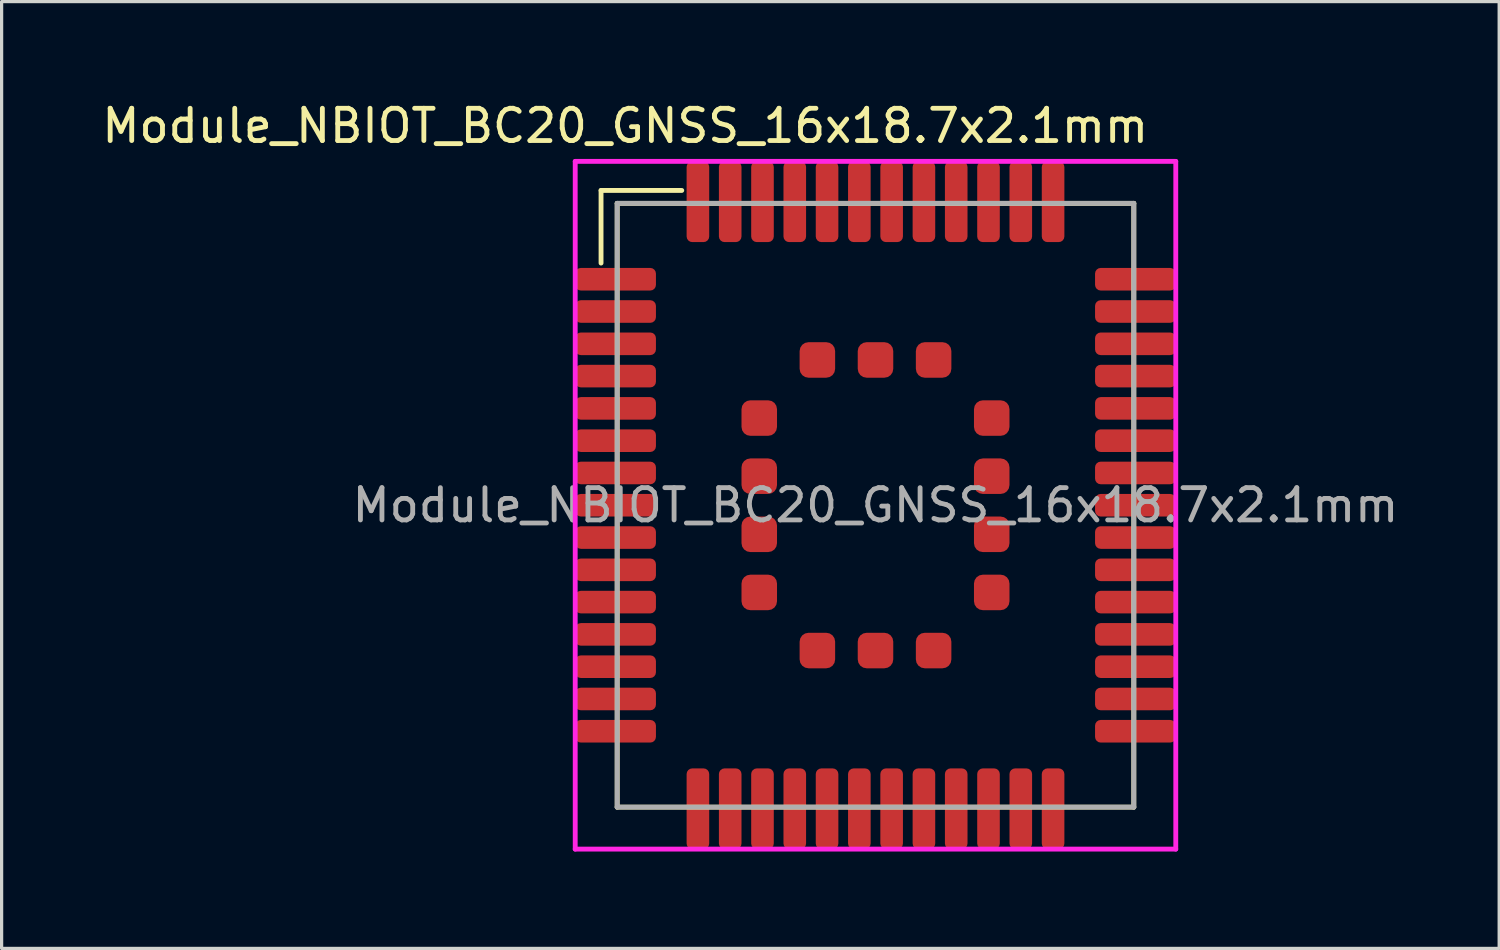
<source format=kicad_pcb>
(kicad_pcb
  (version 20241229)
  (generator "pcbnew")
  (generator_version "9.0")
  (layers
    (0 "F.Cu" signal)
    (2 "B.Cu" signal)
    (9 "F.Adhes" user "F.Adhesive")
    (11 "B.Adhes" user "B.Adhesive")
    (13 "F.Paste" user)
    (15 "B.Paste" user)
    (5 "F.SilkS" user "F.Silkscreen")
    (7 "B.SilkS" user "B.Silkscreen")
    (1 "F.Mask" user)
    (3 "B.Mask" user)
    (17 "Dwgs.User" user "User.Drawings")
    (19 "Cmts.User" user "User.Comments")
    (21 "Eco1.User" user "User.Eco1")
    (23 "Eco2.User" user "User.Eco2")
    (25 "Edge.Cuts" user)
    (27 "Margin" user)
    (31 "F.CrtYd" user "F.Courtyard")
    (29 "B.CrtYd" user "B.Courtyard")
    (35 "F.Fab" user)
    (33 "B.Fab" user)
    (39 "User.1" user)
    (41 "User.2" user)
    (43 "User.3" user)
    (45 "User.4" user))
  (footprint "Module_NBIOT_BC20_GNSS_16x18.7x2.1mm"
    (layer "F.Cu")
    (at 24.065 12.598)
    (property "Reference" "Module_NBIOT_BC20_GNSS_16x18.7x2.1mm" (at -7.75 -11.75 0) (layer "F.SilkS") (effects (font (size 1 1) (thickness 0.15))))
    (attr smd)
    (fp_line (start -8.5 -9.75) (end -6 -9.75) (stroke (width 0.15) (type solid)) (layer "F.SilkS"))
    (fp_line (start -8.5 -7.5) (end -8.5 -9.75) (stroke (width 0.15) (type solid)) (layer "F.SilkS"))
    (fp_line (start -8 -9.35) (end 8 -9.35) (stroke (width 0.15) (type solid)) (layer "F.SilkS"))
    (fp_line (start -8 9.35) (end -8 -9.35) (stroke (width 0.15) (type solid)) (layer "F.SilkS"))
    (fp_line (start 8 -9.35) (end 8 9.35) (stroke (width 0.15) (type solid)) (layer "F.SilkS"))
    (fp_line (start 8 9.35) (end -8 9.35) (stroke (width 0.15) (type solid)) (layer "F.SilkS"))
    (fp_line (start -9.3 -10.65) (end 9.3 -10.65) (stroke (width 0.15) (type solid)) (layer "F.CrtYd"))
    (fp_line (start -9.3 10.65) (end -9.3 -10.65) (stroke (width 0.15) (type solid)) (layer "F.CrtYd"))
    (fp_line (start 9.3 -10.65) (end 9.3 10.65) (stroke (width 0.15) (type solid)) (layer "F.CrtYd"))
    (fp_line (start 9.3 10.65) (end -9.3 10.65) (stroke (width 0.15) (type solid)) (layer "F.CrtYd"))
    (fp_line (start -8 -9.35) (end 8 -9.35) (stroke (width 0.15) (type solid)) (layer "F.Fab"))
    (fp_line (start -8 9.35) (end -8 -9.35) (stroke (width 0.15) (type solid)) (layer "F.Fab"))
    (fp_line (start 8 -9.35) (end 8 9.35) (stroke (width 0.15) (type solid)) (layer "F.Fab"))
    (fp_line (start 8 9.35) (end -8 9.35) (stroke (width 0.15) (type solid)) (layer "F.Fab"))
    (fp_text user "${REFERENCE}" (at 0 0 0) (layer "F.Fab") (effects (font (size 1 1) (thickness 0.15))))
    (pad "1" smd roundrect (at -8.05 -7) (size 2.5 0.7) (layers "F.Cu" "F.Mask" "F.Paste") (roundrect_rratio 0.25))
    (pad "2" smd roundrect (at -8.05 -6) (size 2.5 0.7) (layers "F.Cu" "F.Mask" "F.Paste") (roundrect_rratio 0.25))
    (pad "3" smd roundrect (at -8.05 -5) (size 2.5 0.7) (layers "F.Cu" "F.Mask" "F.Paste") (roundrect_rratio 0.25))
    (pad "4" smd roundrect (at -8.05 -4) (size 2.5 0.7) (layers "F.Cu" "F.Mask" "F.Paste") (roundrect_rratio 0.25))
    (pad "5" smd roundrect (at -8.05 -3) (size 2.5 0.7) (layers "F.Cu" "F.Mask" "F.Paste") (roundrect_rratio 0.25))
    (pad "6" smd roundrect (at -8.05 -2) (size 2.5 0.7) (layers "F.Cu" "F.Mask" "F.Paste") (roundrect_rratio 0.25))
    (pad "7" smd roundrect (at -8.05 -1) (size 2.5 0.7) (layers "F.Cu" "F.Mask" "F.Paste") (roundrect_rratio 0.25))
    (pad "8" smd roundrect (at -8.05 0) (size 2.5 0.7) (layers "F.Cu" "F.Mask" "F.Paste") (roundrect_rratio 0.25))
    (pad "9" smd roundrect (at -8.05 1) (size 2.5 0.7) (layers "F.Cu" "F.Mask" "F.Paste") (roundrect_rratio 0.25))
    (pad "10" smd roundrect (at -8.05 2) (size 2.5 0.7) (layers "F.Cu" "F.Mask" "F.Paste") (roundrect_rratio 0.25))
    (pad "11" smd roundrect (at -8.05 3) (size 2.5 0.7) (layers "F.Cu" "F.Mask" "F.Paste") (roundrect_rratio 0.25))
    (pad "12" smd roundrect (at -8.05 4) (size 2.5 0.7) (layers "F.Cu" "F.Mask" "F.Paste") (roundrect_rratio 0.25))
    (pad "12" smd roundrect (at -8.05 5) (size 2.5 0.7) (layers "F.Cu" "F.Mask" "F.Paste") (roundrect_rratio 0.25))
    (pad "14" smd roundrect (at -8.05 6) (size 2.5 0.7) (layers "F.Cu" "F.Mask" "F.Paste") (roundrect_rratio 0.25))
    (pad "15" smd roundrect (at -8.05 7) (size 2.5 0.7) (layers "F.Cu" "F.Mask" "F.Paste") (roundrect_rratio 0.25))
    (pad "16" smd roundrect (at -5.5 9.4 90) (size 2.5 0.7) (layers "F.Cu" "F.Mask" "F.Paste") (roundrect_rratio 0.25))
    (pad "17" smd roundrect (at -4.5 9.4 90) (size 2.5 0.7) (layers "F.Cu" "F.Mask" "F.Paste") (roundrect_rratio 0.25))
    (pad "18" smd roundrect (at -3.5 9.4 90) (size 2.5 0.7) (layers "F.Cu" "F.Mask" "F.Paste") (roundrect_rratio 0.25))
    (pad "19" smd roundrect (at -2.5 9.4 270) (size 2.5 0.7) (layers "F.Cu" "F.Mask" "F.Paste") (roundrect_rratio 0.25))
    (pad "20" smd roundrect (at -1.5 9.4 90) (size 2.5 0.7) (layers "F.Cu" "F.Mask" "F.Paste") (roundrect_rratio 0.25))
    (pad "21" smd roundrect (at -0.5 9.4 90) (size 2.5 0.7) (layers "F.Cu" "F.Mask" "F.Paste") (roundrect_rratio 0.25))
    (pad "22" smd roundrect (at 0.5 9.4 90) (size 2.5 0.7) (layers "F.Cu" "F.Mask" "F.Paste") (roundrect_rratio 0.25))
    (pad "23" smd roundrect (at 1.5 9.4 90) (size 2.5 0.7) (layers "F.Cu" "F.Mask" "F.Paste") (roundrect_rratio 0.25))
    (pad "24" smd roundrect (at 2.5 9.4 90) (size 2.5 0.7) (layers "F.Cu" "F.Mask" "F.Paste") (roundrect_rratio 0.25))
    (pad "25" smd roundrect (at 3.5 9.4 90) (size 2.5 0.7) (layers "F.Cu" "F.Mask" "F.Paste") (roundrect_rratio 0.25))
    (pad "26" smd roundrect (at 4.5 9.4 90) (size 2.5 0.7) (layers "F.Cu" "F.Mask" "F.Paste") (roundrect_rratio 0.25))
    (pad "27" smd roundrect (at 5.5 9.4 90) (size 2.5 0.7) (layers "F.Cu" "F.Mask" "F.Paste") (roundrect_rratio 0.25))
    (pad "28" smd roundrect (at 8.05 7) (size 2.5 0.7) (layers "F.Cu" "F.Mask" "F.Paste") (roundrect_rratio 0.25))
    (pad "29" smd roundrect (at 8.05 6) (size 2.5 0.7) (layers "F.Cu" "F.Mask" "F.Paste") (roundrect_rratio 0.25))
    (pad "30" smd roundrect (at 8.05 5) (size 2.5 0.7) (layers "F.Cu" "F.Mask" "F.Paste") (roundrect_rratio 0.25))
    (pad "31" smd roundrect (at 8.05 4) (size 2.5 0.7) (layers "F.Cu" "F.Mask" "F.Paste") (roundrect_rratio 0.25))
    (pad "32" smd roundrect (at 8.05 3) (size 2.5 0.7) (layers "F.Cu" "F.Mask" "F.Paste") (roundrect_rratio 0.25))
    (pad "33" smd roundrect (at 8.05 2) (size 2.5 0.7) (layers "F.Cu" "F.Mask" "F.Paste") (roundrect_rratio 0.25))
    (pad "34" smd roundrect (at 8.05 1) (size 2.5 0.7) (layers "F.Cu" "F.Mask" "F.Paste") (roundrect_rratio 0.25))
    (pad "35" smd roundrect (at 8.05 0) (size 2.5 0.7) (layers "F.Cu" "F.Mask" "F.Paste") (roundrect_rratio 0.25))
    (pad "36" smd roundrect (at 8.05 -1) (size 2.5 0.7) (layers "F.Cu" "F.Mask" "F.Paste") (roundrect_rratio 0.25))
    (pad "37" smd roundrect (at 8.05 -2) (size 2.5 0.7) (layers "F.Cu" "F.Mask" "F.Paste") (roundrect_rratio 0.25))
    (pad "38" smd roundrect (at 8.05 -3) (size 2.5 0.7) (layers "F.Cu" "F.Mask" "F.Paste") (roundrect_rratio 0.25))
    (pad "39" smd roundrect (at 8.05 -4) (size 2.5 0.7) (layers "F.Cu" "F.Mask" "F.Paste") (roundrect_rratio 0.25))
    (pad "40" smd roundrect (at 8.05 -5) (size 2.5 0.7) (layers "F.Cu" "F.Mask" "F.Paste") (roundrect_rratio 0.25))
    (pad "41" smd roundrect (at 8.05 -6) (size 2.5 0.7) (layers "F.Cu" "F.Mask" "F.Paste") (roundrect_rratio 0.25))
    (pad "42" smd roundrect (at 8.05 -7) (size 2.5 0.7) (layers "F.Cu" "F.Mask" "F.Paste") (roundrect_rratio 0.25))
    (pad "43" smd roundrect (at 5.5 -9.4 90) (size 2.5 0.7) (layers "F.Cu" "F.Mask" "F.Paste") (roundrect_rratio 0.25))
    (pad "44" smd roundrect (at 4.5 -9.4 270) (size 2.5 0.7) (layers "F.Cu" "F.Mask" "F.Paste") (roundrect_rratio 0.25))
    (pad "45" smd roundrect (at 3.5 -9.4 90) (size 2.5 0.7) (layers "F.Cu" "F.Mask" "F.Paste") (roundrect_rratio 0.25))
    (pad "46" smd roundrect (at 2.5 -9.4 90) (size 2.5 0.7) (layers "F.Cu" "F.Mask" "F.Paste") (roundrect_rratio 0.25))
    (pad "47" smd roundrect (at 1.5 -9.4 90) (size 2.5 0.7) (layers "F.Cu" "F.Mask" "F.Paste") (roundrect_rratio 0.25))
    (pad "48" smd roundrect (at 0.5 -9.4 90) (size 2.5 0.7) (layers "F.Cu" "F.Mask" "F.Paste") (roundrect_rratio 0.25))
    (pad "49" smd roundrect (at -0.5 -9.4 90) (size 2.5 0.7) (layers "F.Cu" "F.Mask" "F.Paste") (roundrect_rratio 0.25))
    (pad "50" smd roundrect (at -1.5 -9.4 90) (size 2.5 0.7) (layers "F.Cu" "F.Mask" "F.Paste") (roundrect_rratio 0.25))
    (pad "51" smd roundrect (at -2.5 -9.4 90) (size 2.5 0.7) (layers "F.Cu" "F.Mask" "F.Paste") (roundrect_rratio 0.25))
    (pad "52" smd roundrect (at -3.5 -9.4 90) (size 2.5 0.7) (layers "F.Cu" "F.Mask" "F.Paste") (roundrect_rratio 0.25))
    (pad "53" smd roundrect (at -4.5 -9.4 90) (size 2.5 0.7) (layers "F.Cu" "F.Mask" "F.Paste") (roundrect_rratio 0.25))
    (pad "54" smd roundrect (at -5.5 -9.4 90) (size 2.5 0.7) (layers "F.Cu" "F.Mask" "F.Paste") (roundrect_rratio 0.25))
    (pad "55" smd roundrect (at -3.6 -2.7 90) (size 1.1 1.1) (layers "F.Cu" "F.Mask" "F.Paste") (roundrect_rratio 0.25))
    (pad "56" smd roundrect (at -3.6 -0.9 90) (size 1.1 1.1) (layers "F.Cu" "F.Mask" "F.Paste") (roundrect_rratio 0.25))
    (pad "57" smd roundrect (at -3.6 0.9 90) (size 1.1 1.1) (layers "F.Cu" "F.Mask" "F.Paste") (roundrect_rratio 0.25))
    (pad "58" smd roundrect (at -3.6 2.7 90) (size 1.1 1.1) (layers "F.Cu" "F.Mask" "F.Paste") (roundrect_rratio 0.25))
    (pad "59" smd roundrect (at -1.8 4.5 90) (size 1.1 1.1) (layers "F.Cu" "F.Mask" "F.Paste") (roundrect_rratio 0.25))
    (pad "60" smd roundrect (at 0 4.5 90) (size 1.1 1.1) (layers "F.Cu" "F.Mask" "F.Paste") (roundrect_rratio 0.25))
    (pad "61" smd roundrect (at 1.8 4.5 90) (size 1.1 1.1) (layers "F.Cu" "F.Mask" "F.Paste") (roundrect_rratio 0.25))
    (pad "62" smd roundrect (at 3.6 2.7 90) (size 1.1 1.1) (layers "F.Cu" "F.Mask" "F.Paste") (roundrect_rratio 0.25))
    (pad "63" smd roundrect (at 3.6 0.9 90) (size 1.1 1.1) (layers "F.Cu" "F.Mask" "F.Paste") (roundrect_rratio 0.25))
    (pad "64" smd roundrect (at 3.6 -0.9 90) (size 1.1 1.1) (layers "F.Cu" "F.Mask" "F.Paste") (roundrect_rratio 0.25))
    (pad "65" smd roundrect (at 3.6 -2.7 90) (size 1.1 1.1) (layers "F.Cu" "F.Mask" "F.Paste") (roundrect_rratio 0.25))
    (pad "66" smd roundrect (at 1.8 -4.5 90) (size 1.1 1.1) (layers "F.Cu" "F.Mask" "F.Paste") (roundrect_rratio 0.25))
    (pad "67" smd roundrect (at 0 -4.5 90) (size 1.1 1.1) (layers "F.Cu" "F.Mask" "F.Paste") (roundrect_rratio 0.25))
    (pad "68" smd roundrect (at -1.8 -4.5 90) (size 1.1 1.1) (layers "F.Cu" "F.Mask" "F.Paste") (roundrect_rratio 0.25)))
  (gr_rect
    (start -3 -3)
    (end 43.381 26.323)
    (stroke (width 0.1) (type default))
    (fill no)
    (layer "Edge.Cuts")))
</source>
